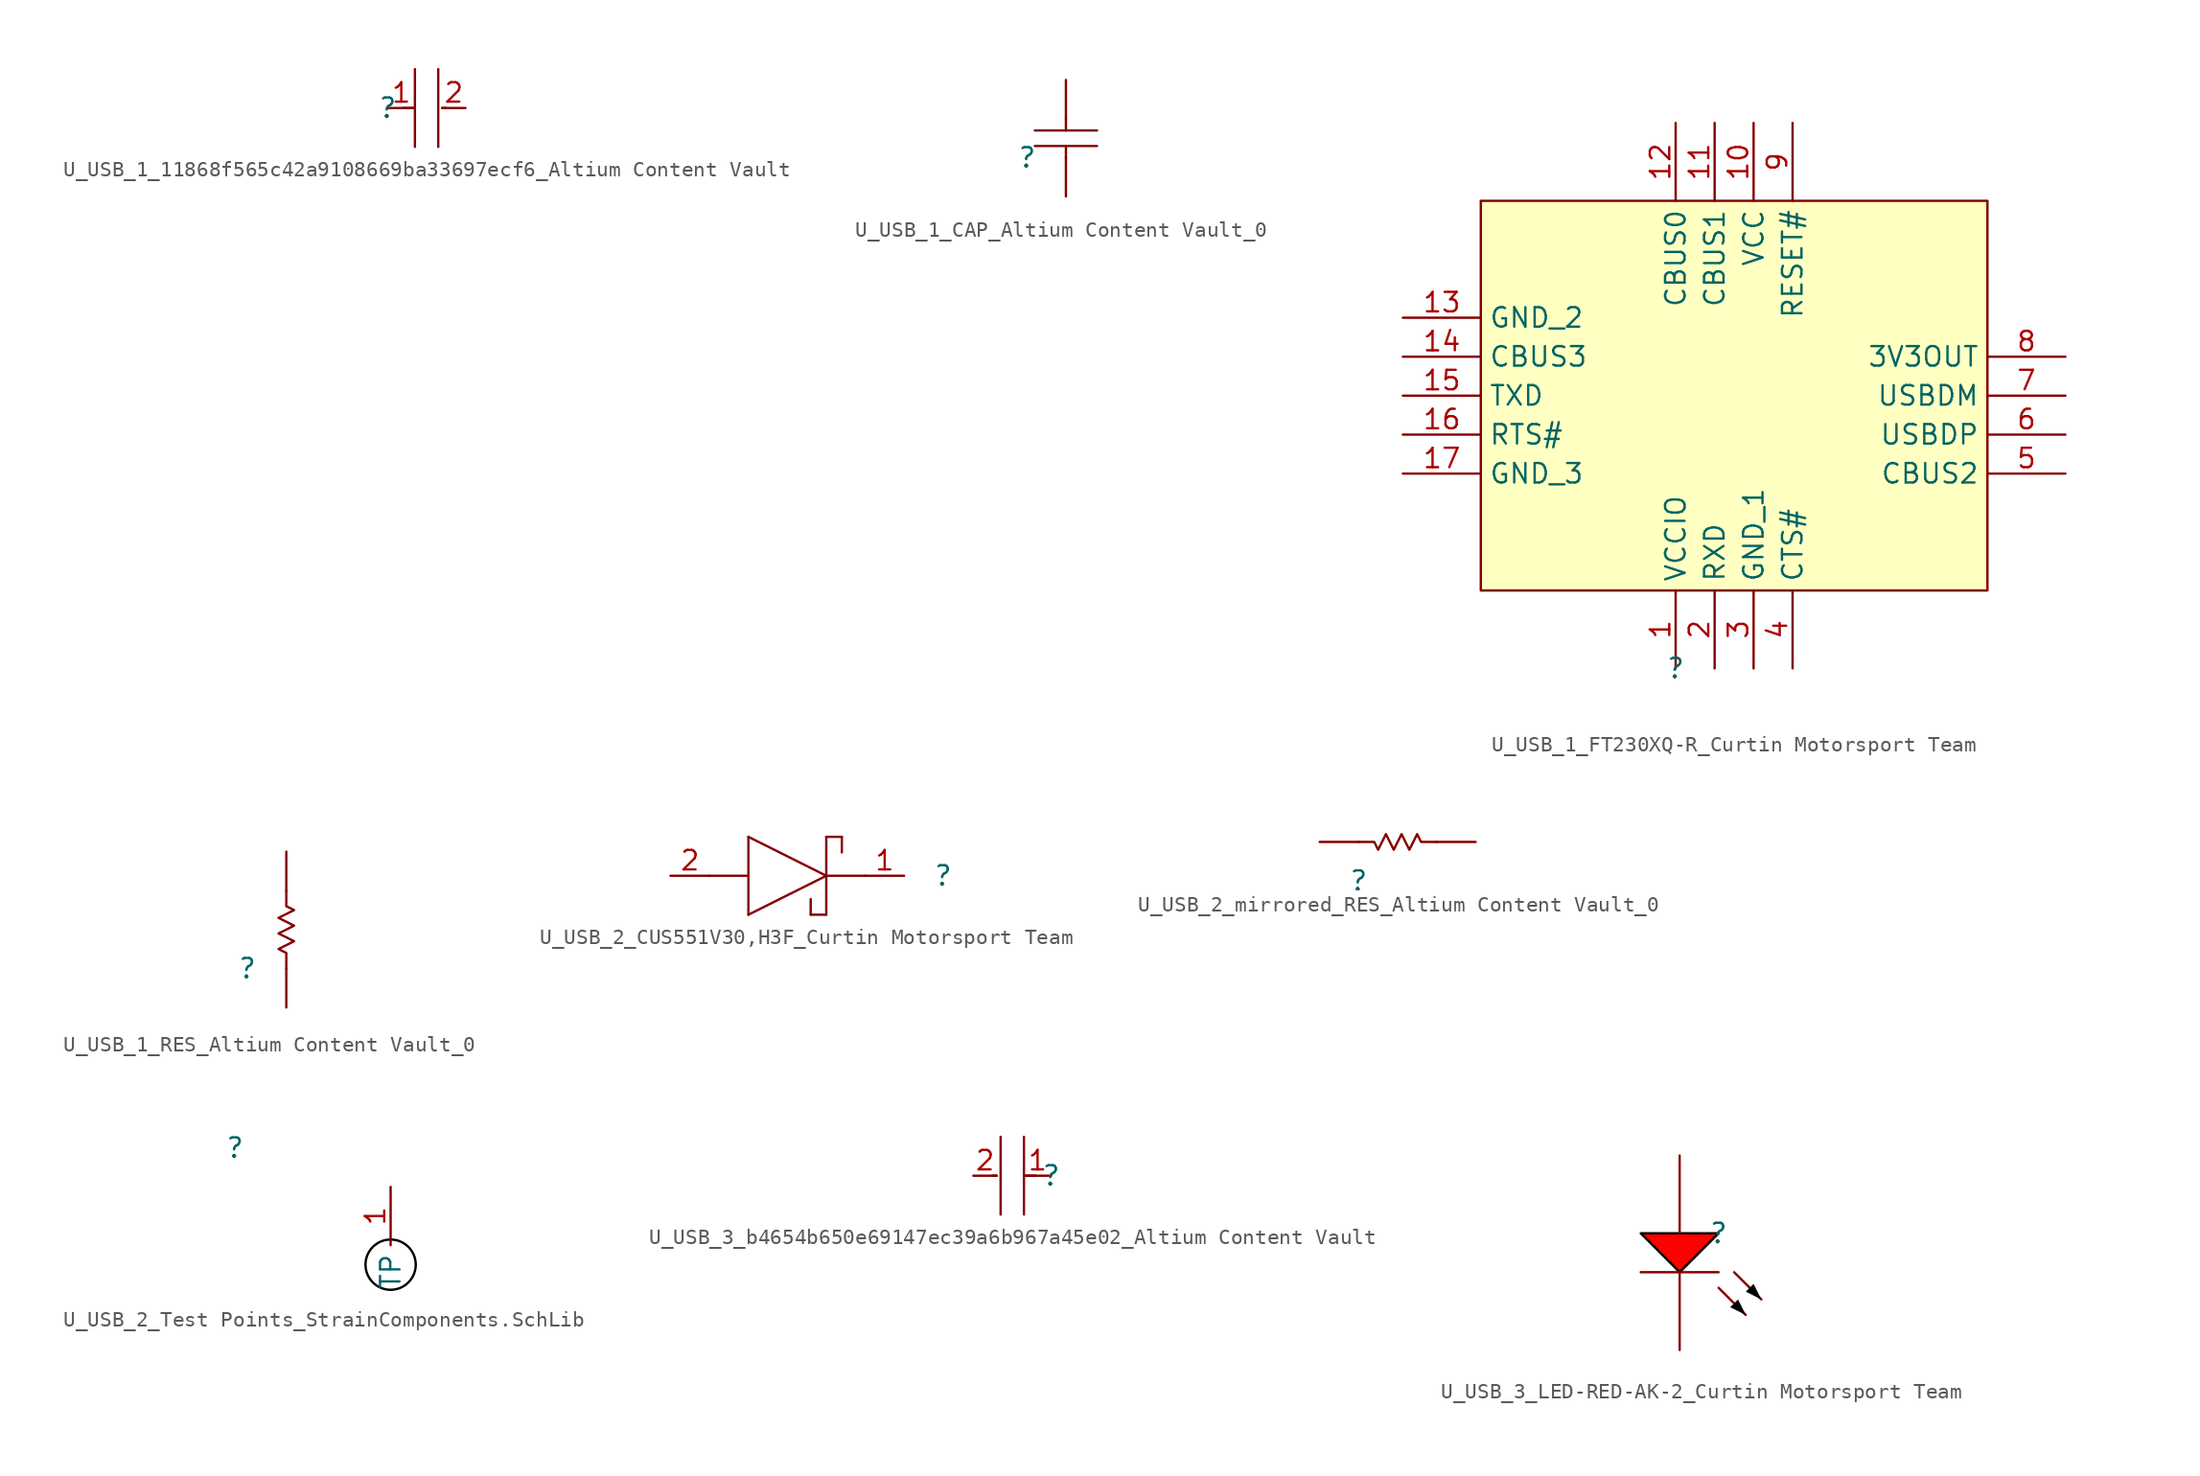
<source format=kicad_sym>
(kicad_symbol_lib
  (version 20241209)
  (generator "kicad_symbol_editor")
  (generator_version "9.0")
  (symbol "U_USB_1_11868f565c42a9108669ba33697ecf6_Altium Content Vault"
    (pin_names
      (hide yes))
    (property "Reference" ""
      (at 0 0 0)
      (effects (font (size 1.27 1.27))))
    (property "Value" ""
      (at 0 0 0)
      (effects (font (size 1.27 1.27))))
    (symbol "U_USB_1_11868f565c42a9108669ba33697ecf6_Altium Content Vault_1_0"
      (polyline (pts (xy 1.778 2.54) (xy 1.778 -2.54)) (stroke (width 0) (type solid)) (fill (type none)))
      (polyline (pts (xy 1.778 0) (xy 1.016 0)) (stroke (width 0) (type solid)) (fill (type none)))
      (polyline (pts (xy 3.302 2.54) (xy 3.302 -2.54)) (stroke (width 0) (type solid)) (fill (type none)))
      (polyline (pts (xy 3.556 0) (xy 3.81 0)) (stroke (width 0) (type solid)) (fill (type none)))
      (pin passive line (at 0 0 0) (length 1.778) (name "1" (effects (font (size 1.27 1.27)))) (number "1" (effects (font (size 1.27 1.27)))))
      (pin passive line (at 5.08 0 180) (length 1.524) (name "2" (effects (font (size 1.27 1.27)))) (number "2" (effects (font (size 1.27 1.27)))))))
  (symbol "U_USB_1_CAP_Altium Content Vault_0"
    (pin_numbers
      (hide yes))
    (pin_names
      (hide yes))
    (property "Reference" ""
      (at 0 0 0)
      (effects (font (size 1.27 1.27))))
    (property "Value" ""
      (at 0 0 0)
      (effects (font (size 1.27 1.27))))
    (symbol "U_USB_1_CAP_Altium Content Vault_0_1_0"
      (polyline (pts (xy 0.508 1.778) (xy 4.572 1.778)) (stroke (width 0) (type solid)) (fill (type none)))
      (polyline (pts (xy 2.54 2.54) (xy 2.54 1.778)) (stroke (width 0) (type solid)) (fill (type none)))
      (polyline (pts (xy 2.54 0) (xy 2.54 0.762)) (stroke (width 0) (type solid)) (fill (type none)))
      (polyline (pts (xy 4.572 0.762) (xy 0.508 0.762)) (stroke (width 0) (type solid)) (fill (type none)))
      (pin passive line (at 2.54 5.08 270) (length 2.54) (name "2" (effects (font (size 1.27 1.27)))) (number "2" (effects (font (size 1.27 1.27)))))
      (pin passive line (at 2.54 -2.54 90) (length 2.54) (name "1" (effects (font (size 1.27 1.27)))) (number "1" (effects (font (size 1.27 1.27)))))))
  (symbol "U_USB_1_FT230XQ-R_Curtin Motorsport Team"
    (property "Reference" ""
      (at 0 0 0)
      (effects (font (size 1.27 1.27))))
    (property "Value" ""
      (at 0 0 0)
      (effects (font (size 1.27 1.27))))
    (symbol "U_USB_1_FT230XQ-R_Curtin Motorsport Team_1_0"
      (rectangle (start 20.32 30.48) (end -12.7 5.08) (stroke (width 0) (type solid) (color 128 0 0 1)) (fill (type background)))
      (pin passive line (at -17.78 22.86 0) (length 5.08) (name "GND_2" (effects (font (size 1.27 1.27)))) (number "13" (effects (font (size 1.27 1.27)))))
      (pin passive line (at -17.78 20.32 0) (length 5.08) (name "CBUS3" (effects (font (size 1.27 1.27)))) (number "14" (effects (font (size 1.27 1.27)))))
      (pin passive line (at -17.78 17.78 0) (length 5.08) (name "TXD" (effects (font (size 1.27 1.27)))) (number "15" (effects (font (size 1.27 1.27)))))
      (pin passive line (at -17.78 15.24 0) (length 5.08) (name "RTS#" (effects (font (size 1.27 1.27)))) (number "16" (effects (font (size 1.27 1.27)))))
      (pin passive line (at -17.78 12.7 0) (length 5.08) (name "GND_3" (effects (font (size 1.27 1.27)))) (number "17" (effects (font (size 1.27 1.27)))))
      (pin passive line (at 0 35.56 270) (length 5.08) (name "CBUS0" (effects (font (size 1.27 1.27)))) (number "12" (effects (font (size 1.27 1.27)))))
      (pin passive line (at 0 0 90) (length 5.08) (name "VCCIO" (effects (font (size 1.27 1.27)))) (number "1" (effects (font (size 1.27 1.27)))))
      (pin passive line (at 2.54 35.56 270) (length 5.08) (name "CBUS1" (effects (font (size 1.27 1.27)))) (number "11" (effects (font (size 1.27 1.27)))))
      (pin passive line (at 2.54 0 90) (length 5.08) (name "RXD" (effects (font (size 1.27 1.27)))) (number "2" (effects (font (size 1.27 1.27)))))
      (pin passive line (at 5.08 35.56 270) (length 5.08) (name "VCC" (effects (font (size 1.27 1.27)))) (number "10" (effects (font (size 1.27 1.27)))))
      (pin passive line (at 5.08 0 90) (length 5.08) (name "GND_1" (effects (font (size 1.27 1.27)))) (number "3" (effects (font (size 1.27 1.27)))))
      (pin passive line (at 7.62 35.56 270) (length 5.08) (name "RESET#" (effects (font (size 1.27 1.27)))) (number "9" (effects (font (size 1.27 1.27)))))
      (pin passive line (at 7.62 0 90) (length 5.08) (name "CTS#" (effects (font (size 1.27 1.27)))) (number "4" (effects (font (size 1.27 1.27)))))
      (pin passive line (at 25.4 20.32 180) (length 5.08) (name "3V3OUT" (effects (font (size 1.27 1.27)))) (number "8" (effects (font (size 1.27 1.27)))))
      (pin passive line (at 25.4 17.78 180) (length 5.08) (name "USBDM" (effects (font (size 1.27 1.27)))) (number "7" (effects (font (size 1.27 1.27)))))
      (pin passive line (at 25.4 15.24 180) (length 5.08) (name "USBDP" (effects (font (size 1.27 1.27)))) (number "6" (effects (font (size 1.27 1.27)))))
      (pin passive line (at 25.4 12.7 180) (length 5.08) (name "CBUS2" (effects (font (size 1.27 1.27)))) (number "5" (effects (font (size 1.27 1.27)))))))
  (symbol "U_USB_1_RES_Altium Content Vault_0"
    (pin_numbers
      (hide yes))
    (pin_names
      (hide yes))
    (property "Reference" ""
      (at 0 0 0)
      (effects (font (size 1.27 1.27))))
    (property "Value" ""
      (at 0 0 0)
      (effects (font (size 1.27 1.27))))
    (symbol "U_USB_1_RES_Altium Content Vault_0_1_0"
      (polyline (pts (xy 2.54 5.08) (xy 2.54 4.064) (xy 3.048 3.81) (xy 2.032 3.302) (xy 3.048 2.794) (xy 2.032 2.286) (xy 3.048 1.778) (xy 2.032 1.27) (xy 2.54 1.016) (xy 2.54 0)) (stroke (width 0) (type solid)) (fill (type none)))
      (pin passive line (at 2.54 7.62 270) (length 2.54) (name "2" (effects (font (size 1.27 1.27)))) (number "2" (effects (font (size 1.27 1.27)))))
      (pin passive line (at 2.54 -2.54 90) (length 2.54) (name "1" (effects (font (size 1.27 1.27)))) (number "1" (effects (font (size 1.27 1.27)))))))
  (symbol "U_USB_2_CUS551V30,H3F_Curtin Motorsport Team"
    (pin_names
      (hide yes))
    (property "Reference" ""
      (at 0 0 0)
      (effects (font (size 1.27 1.27))))
    (property "Value" ""
      (at 0 0 0)
      (effects (font (size 1.27 1.27))))
    (symbol "U_USB_2_CUS551V30,H3F_Curtin Motorsport Team_1_0"
      (polyline (pts (xy -12.7 2.54) (xy -7.62 0)) (stroke (width 0) (type solid)) (fill (type none)))
      (polyline (pts (xy -12.7 0) (xy -15.24 0)) (stroke (width 0) (type solid)) (fill (type none)))
      (polyline (pts (xy -12.7 -2.54) (xy -12.7 2.54)) (stroke (width 0) (type solid)) (fill (type none)))
      (polyline (pts (xy -8.636 -1.524) (xy -8.636 -2.54)) (stroke (width 0) (type solid)) (fill (type none)))
      (polyline (pts (xy -7.62 2.54) (xy -6.604 2.54)) (stroke (width 0) (type solid)) (fill (type none)))
      (polyline (pts (xy -7.62 0) (xy -12.7 -2.54)) (stroke (width 0) (type solid)) (fill (type none)))
      (polyline (pts (xy -7.62 -2.54) (xy -8.636 -2.54)) (stroke (width 0) (type solid)) (fill (type none)))
      (polyline (pts (xy -7.62 -2.54) (xy -7.62 2.54)) (stroke (width 0) (type solid)) (fill (type none)))
      (polyline (pts (xy -6.604 1.524) (xy -6.604 2.54)) (stroke (width 0) (type solid)) (fill (type none)))
      (polyline (pts (xy -5.08 0) (xy -7.62 0)) (stroke (width 0) (type solid)) (fill (type none)))
      (pin passive line (at -17.78 0 0) (length 2.54) (name "A" (effects (font (size 1.27 1.27)))) (number "2" (effects (font (size 1.27 1.27)))))
      (pin passive line (at -2.54 0 180) (length 2.54) (name "K" (effects (font (size 1.27 1.27)))) (number "1" (effects (font (size 1.27 1.27)))))))
  (symbol "U_USB_2_mirrored_RES_Altium Content Vault_0"
    (pin_numbers
      (hide yes))
    (pin_names
      (hide yes))
    (property "Reference" ""
      (at 0 0 0)
      (effects (font (size 1.27 1.27))))
    (property "Value" ""
      (at 0 0 0)
      (effects (font (size 1.27 1.27))))
    (symbol "U_USB_2_mirrored_RES_Altium Content Vault_0_1_0"
      (polyline (pts (xy 5.08 2.54) (xy 4.064 2.54) (xy 3.81 3.048) (xy 3.302 2.032) (xy 2.794 3.048) (xy 2.286 2.032) (xy 1.778 3.048) (xy 1.27 2.032) (xy 1.016 2.54) (xy 0 2.54)) (stroke (width 0) (type solid)) (fill (type none)))
      (pin passive line (at -2.54 2.54 0) (length 2.54) (name "1" (effects (font (size 1.27 1.27)))) (number "1" (effects (font (size 1.27 1.27)))))
      (pin passive line (at 7.62 2.54 180) (length 2.54) (name "2" (effects (font (size 1.27 1.27)))) (number "2" (effects (font (size 1.27 1.27)))))))
  (symbol "U_USB_2_Test Points_StrainComponents.SchLib"
    (property "Reference" ""
      (at 0 0 0)
      (effects (font (size 1.27 1.27))))
    (property "Value" ""
      (at 0 0 0)
      (effects (font (size 1.27 1.27))))
    (symbol "U_USB_2_Test Points_StrainComponents.SchLib_1_0"
      (circle (center 10.16 -7.62) (radius 1.64) (stroke (width 0) (type solid) (color 0 0 0 1)) (fill (type none)))
      (pin passive line (at 10.16 -2.54 270) (length 3.81) (name "TP" (effects (font (size 1.27 1.27)))) (number "1" (effects (font (size 1.27 1.27)))))))
  (symbol "U_USB_3_b4654b650e69147ec39a6b967a45e02_Altium Content Vault"
    (pin_names
      (hide yes))
    (property "Reference" ""
      (at 0 0 0)
      (effects (font (size 1.27 1.27))))
    (property "Value" ""
      (at 0 0 0)
      (effects (font (size 1.27 1.27))))
    (symbol "U_USB_3_b4654b650e69147ec39a6b967a45e02_Altium Content Vault_1_0"
      (polyline (pts (xy -3.556 0) (xy -3.81 0)) (stroke (width 0) (type solid)) (fill (type none)))
      (polyline (pts (xy -3.302 -2.54) (xy -3.302 2.54)) (stroke (width 0) (type solid)) (fill (type none)))
      (polyline (pts (xy -1.778 0) (xy -1.016 0)) (stroke (width 0) (type solid)) (fill (type none)))
      (polyline (pts (xy -1.778 -2.54) (xy -1.778 2.54)) (stroke (width 0) (type solid)) (fill (type none)))
      (pin passive line (at -5.08 0 0) (length 1.524) (name "2" (effects (font (size 1.27 1.27)))) (number "2" (effects (font (size 1.27 1.27)))))
      (pin passive line (at 0 0 180) (length 1.778) (name "1" (effects (font (size 1.27 1.27)))) (number "1" (effects (font (size 1.27 1.27)))))))
  (symbol "U_USB_3_LED-RED-AK-2_Curtin Motorsport Team"
    (pin_numbers
      (hide yes))
    (pin_names
      (hide yes))
    (property "Reference" ""
      (at 0 0 0)
      (effects (font (size 1.27 1.27))))
    (property "Value" ""
      (at 0 0 0)
      (effects (font (size 1.27 1.27))))
    (symbol "U_USB_3_LED-RED-AK-2_Curtin Motorsport Team_1_0"
      (polyline (pts (xy -5.08 0) (xy -2.54 -2.54) (xy 0 0) (xy -5.08 0)) (stroke (width 0) (type solid) (color 0 0 0 1)) (fill (type color) (color 255 0 0 1)))
      (polyline (pts (xy 0 -2.54) (xy -5.08 -2.54)) (stroke (width 0) (type solid)) (fill (type none)))
      (polyline (pts (xy 0 -3.556) (xy 1.778 -5.334)) (stroke (width 0) (type solid)) (fill (type none)))
      (polyline (pts (xy 1.016 -2.54) (xy 2.794 -4.318)) (stroke (width 0) (type solid)) (fill (type none)))
      (polyline (pts (xy 1.778 -5.334) (xy 1.27 -4.318) (xy 0.762 -4.826) (xy 1.778 -5.334)) (stroke (width -0.0001) (type solid) (color 0 0 0 1)) (fill (type outline)))
      (polyline (pts (xy 2.794 -4.318) (xy 2.286 -3.302) (xy 1.778 -3.81) (xy 2.794 -4.318)) (stroke (width -0.0001) (type solid) (color 0 0 0 1)) (fill (type outline)))
      (pin passive line (at -2.54 5.08 270) (length 5.08) (name "A" (effects (font (size 1.27 1.27)))) (number "1" (effects (font (size 1.27 1.27)))))
      (pin passive line (at -2.54 -7.62 90) (length 5.08) (name "K" (effects (font (size 1.27 1.27)))) (number "2" (effects (font (size 1.27 1.27))))))))
</source>
